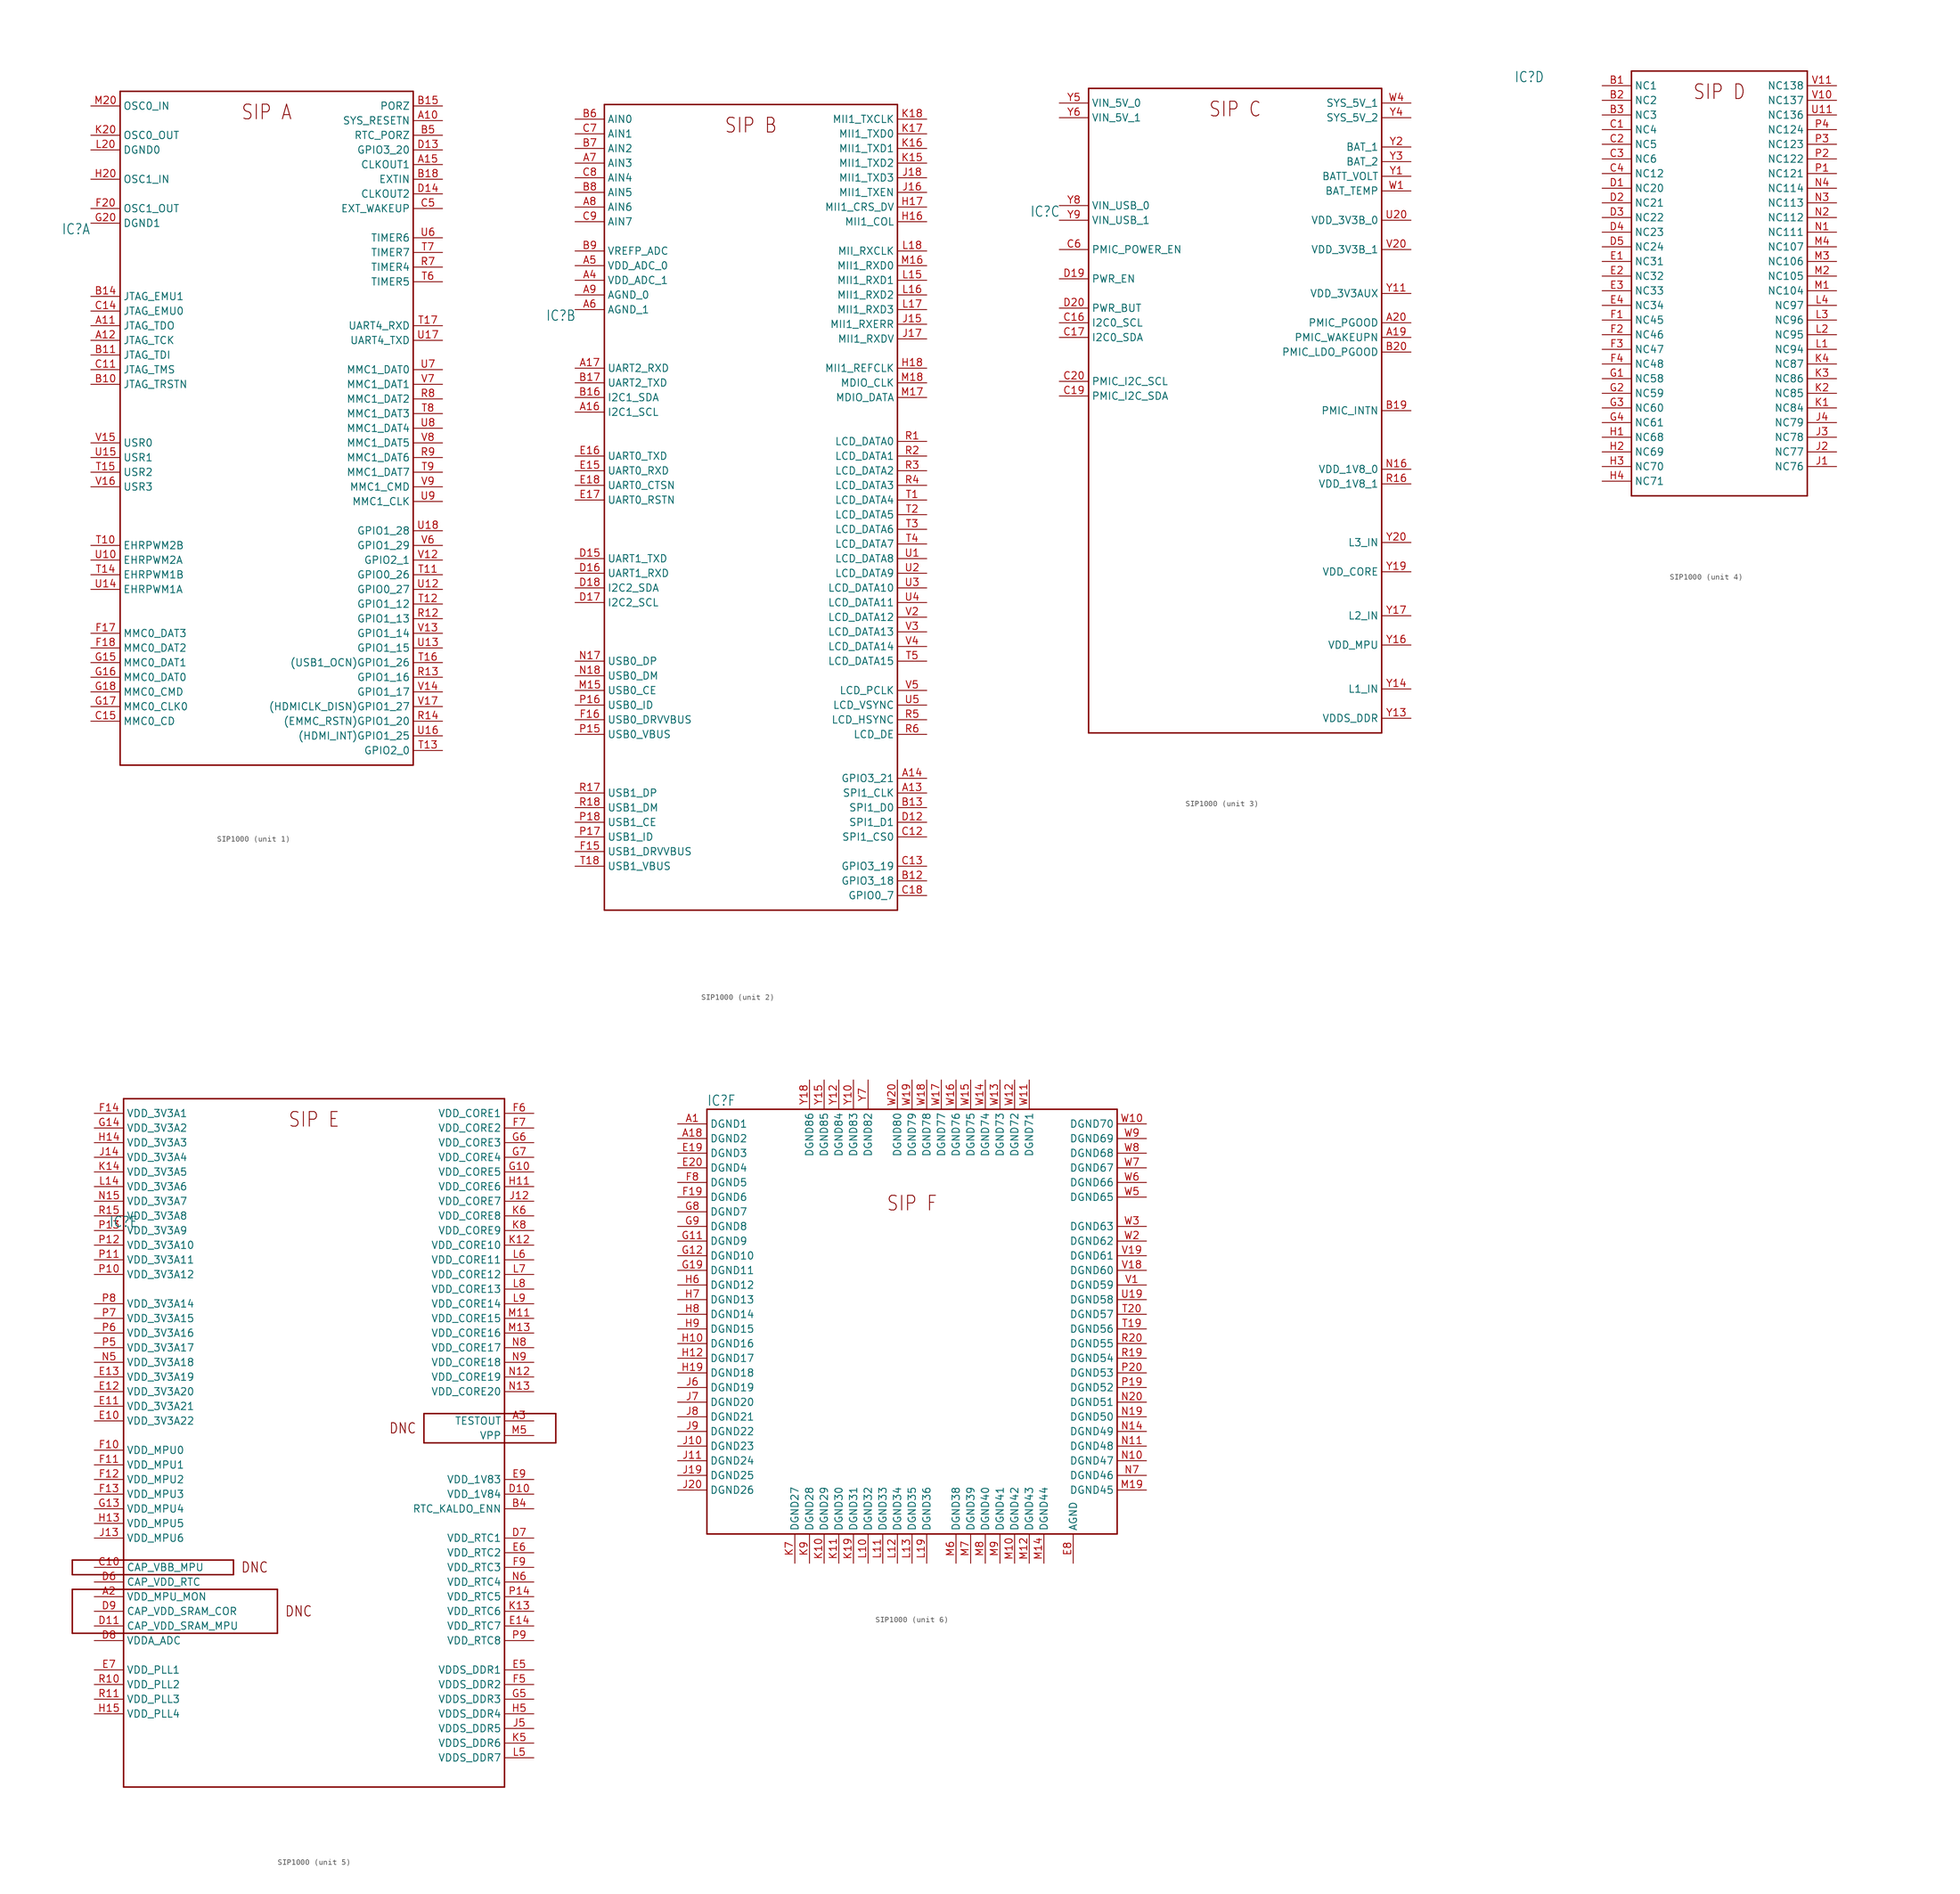
<source format=kicad_sym>
(kicad_symbol_lib
  (version 20231120)
  (generator "kicad_symbol_editor")
  (generator_version "8.0")
  (symbol "SIP1000"
    (property "Reference" "IC"
      (at -35.56 35.56 0)
      (effects (font (size 1.778 1.511)) (justify left top)))
    (property "Value" ""
      (at 30.48 -43.18 0)
      (effects (font (size 1.778 1.511)) (justify left bottom)))
    (property "ki_locked" ""
      (at 0 0 0)
      (effects (font (size 1.27 1.27))))
    (symbol "SIP1000_1_0"
      (polyline (pts (xy -25.4 -58.42) (xy -25.4 58.42)) (stroke (width 0.254) (type solid)) (fill (type none)))
      (polyline (pts (xy -25.4 58.42) (xy 25.4 58.42)) (stroke (width 0.254) (type solid)) (fill (type none)))
      (polyline (pts (xy 25.4 -58.42) (xy -25.4 -58.42)) (stroke (width 0.254) (type solid)) (fill (type none)))
      (polyline (pts (xy 25.4 58.42) (xy 25.4 -58.42)) (stroke (width 0.254) (type solid)) (fill (type none)))
      (text "SIP A" (at 0 53.34 0) (effects (font (size 2.54 2.159)) (justify bottom)))
      (pin bidirectional line (at 30.48 53.34 180) (length 5.08) (name "SYS_RESETN" (effects (font (size 1.27 1.27)))) (number "A10" (effects (font (size 1.27 1.27)))))
      (pin bidirectional line (at -30.48 17.78 0) (length 5.08) (name "JTAG_TDO" (effects (font (size 1.27 1.27)))) (number "A11" (effects (font (size 1.27 1.27)))))
      (pin bidirectional line (at -30.48 15.24 0) (length 5.08) (name "JTAG_TCK" (effects (font (size 1.27 1.27)))) (number "A12" (effects (font (size 1.27 1.27)))))
      (pin bidirectional line (at 30.48 45.72 180) (length 5.08) (name "CLKOUT1" (effects (font (size 1.27 1.27)))) (number "A15" (effects (font (size 1.27 1.27)))))
      (pin bidirectional line (at -30.48 7.62 0) (length 5.08) (name "JTAG_TRSTN" (effects (font (size 1.27 1.27)))) (number "B10" (effects (font (size 1.27 1.27)))))
      (pin bidirectional line (at -30.48 12.7 0) (length 5.08) (name "JTAG_TDI" (effects (font (size 1.27 1.27)))) (number "B11" (effects (font (size 1.27 1.27)))))
      (pin bidirectional line (at -30.48 22.86 0) (length 5.08) (name "JTAG_EMU1" (effects (font (size 1.27 1.27)))) (number "B14" (effects (font (size 1.27 1.27)))))
      (pin bidirectional line (at 30.48 55.88 180) (length 5.08) (name "PORZ" (effects (font (size 1.27 1.27)))) (number "B15" (effects (font (size 1.27 1.27)))))
      (pin bidirectional line (at 30.48 43.18 180) (length 5.08) (name "EXTIN" (effects (font (size 1.27 1.27)))) (number "B18" (effects (font (size 1.27 1.27)))))
      (pin bidirectional line (at 30.48 50.8 180) (length 5.08) (name "RTC_PORZ" (effects (font (size 1.27 1.27)))) (number "B5" (effects (font (size 1.27 1.27)))))
      (pin bidirectional line (at -30.48 10.16 0) (length 5.08) (name "JTAG_TMS" (effects (font (size 1.27 1.27)))) (number "C11" (effects (font (size 1.27 1.27)))))
      (pin bidirectional line (at -30.48 20.32 0) (length 5.08) (name "JTAG_EMU0" (effects (font (size 1.27 1.27)))) (number "C14" (effects (font (size 1.27 1.27)))))
      (pin bidirectional line (at -30.48 -50.8 0) (length 5.08) (name "MMC0_CD" (effects (font (size 1.27 1.27)))) (number "C15" (effects (font (size 1.27 1.27)))))
      (pin bidirectional line (at 30.48 38.1 180) (length 5.08) (name "EXT_WAKEUP" (effects (font (size 1.27 1.27)))) (number "C5" (effects (font (size 1.27 1.27)))))
      (pin bidirectional line (at 30.48 48.26 180) (length 5.08) (name "GPIO3_20" (effects (font (size 1.27 1.27)))) (number "D13" (effects (font (size 1.27 1.27)))))
      (pin bidirectional line (at 30.48 40.64 180) (length 5.08) (name "CLKOUT2" (effects (font (size 1.27 1.27)))) (number "D14" (effects (font (size 1.27 1.27)))))
      (pin bidirectional line (at -30.48 -35.56 0) (length 5.08) (name "MMC0_DAT3" (effects (font (size 1.27 1.27)))) (number "F17" (effects (font (size 1.27 1.27)))))
      (pin bidirectional line (at -30.48 -38.1 0) (length 5.08) (name "MMC0_DAT2" (effects (font (size 1.27 1.27)))) (number "F18" (effects (font (size 1.27 1.27)))))
      (pin bidirectional line (at -30.48 38.1 0) (length 5.08) (name "OSC1_OUT" (effects (font (size 1.27 1.27)))) (number "F20" (effects (font (size 1.27 1.27)))))
      (pin bidirectional line (at -30.48 -40.64 0) (length 5.08) (name "MMC0_DAT1" (effects (font (size 1.27 1.27)))) (number "G15" (effects (font (size 1.27 1.27)))))
      (pin bidirectional line (at -30.48 -43.18 0) (length 5.08) (name "MMC0_DAT0" (effects (font (size 1.27 1.27)))) (number "G16" (effects (font (size 1.27 1.27)))))
      (pin bidirectional line (at -30.48 -48.26 0) (length 5.08) (name "MMC0_CLK0" (effects (font (size 1.27 1.27)))) (number "G17" (effects (font (size 1.27 1.27)))))
      (pin bidirectional line (at -30.48 -45.72 0) (length 5.08) (name "MMC0_CMD" (effects (font (size 1.27 1.27)))) (number "G18" (effects (font (size 1.27 1.27)))))
      (pin bidirectional line (at -30.48 35.56 0) (length 5.08) (name "DGND1" (effects (font (size 1.27 1.27)))) (number "G20" (effects (font (size 1.27 1.27)))))
      (pin bidirectional line (at -30.48 43.18 0) (length 5.08) (name "OSC1_IN" (effects (font (size 1.27 1.27)))) (number "H20" (effects (font (size 1.27 1.27)))))
      (pin bidirectional line (at -30.48 50.8 0) (length 5.08) (name "OSC0_OUT" (effects (font (size 1.27 1.27)))) (number "K20" (effects (font (size 1.27 1.27)))))
      (pin bidirectional line (at -30.48 48.26 0) (length 5.08) (name "DGND0" (effects (font (size 1.27 1.27)))) (number "L20" (effects (font (size 1.27 1.27)))))
      (pin bidirectional line (at -30.48 55.88 0) (length 5.08) (name "OSC0_IN" (effects (font (size 1.27 1.27)))) (number "M20" (effects (font (size 1.27 1.27)))))
      (pin bidirectional line (at 30.48 -33.02 180) (length 5.08) (name "GPIO1_13" (effects (font (size 1.27 1.27)))) (number "R12" (effects (font (size 1.27 1.27)))))
      (pin bidirectional line (at 30.48 -43.18 180) (length 5.08) (name "GPIO1_16" (effects (font (size 1.27 1.27)))) (number "R13" (effects (font (size 1.27 1.27)))))
      (pin bidirectional line (at 30.48 -50.8 180) (length 5.08) (name "(EMMC_RSTN)GPIO1_20" (effects (font (size 1.27 1.27)))) (number "R14" (effects (font (size 1.27 1.27)))))
      (pin bidirectional line (at 30.48 27.94 180) (length 5.08) (name "TIMER4" (effects (font (size 1.27 1.27)))) (number "R7" (effects (font (size 1.27 1.27)))))
      (pin bidirectional line (at 30.48 5.08 180) (length 5.08) (name "MMC1_DAT2" (effects (font (size 1.27 1.27)))) (number "R8" (effects (font (size 1.27 1.27)))))
      (pin bidirectional line (at 30.48 -5.08 180) (length 5.08) (name "MMC1_DAT6" (effects (font (size 1.27 1.27)))) (number "R9" (effects (font (size 1.27 1.27)))))
      (pin bidirectional line (at -30.48 -20.32 0) (length 5.08) (name "EHRPWM2B" (effects (font (size 1.27 1.27)))) (number "T10" (effects (font (size 1.27 1.27)))))
      (pin bidirectional line (at 30.48 -25.4 180) (length 5.08) (name "GPIO0_26" (effects (font (size 1.27 1.27)))) (number "T11" (effects (font (size 1.27 1.27)))))
      (pin bidirectional line (at 30.48 -30.48 180) (length 5.08) (name "GPIO1_12" (effects (font (size 1.27 1.27)))) (number "T12" (effects (font (size 1.27 1.27)))))
      (pin bidirectional line (at 30.48 -55.88 180) (length 5.08) (name "GPIO2_0" (effects (font (size 1.27 1.27)))) (number "T13" (effects (font (size 1.27 1.27)))))
      (pin bidirectional line (at -30.48 -25.4 0) (length 5.08) (name "EHRPWM1B" (effects (font (size 1.27 1.27)))) (number "T14" (effects (font (size 1.27 1.27)))))
      (pin bidirectional line (at -30.48 -7.62 0) (length 5.08) (name "USR2" (effects (font (size 1.27 1.27)))) (number "T15" (effects (font (size 1.27 1.27)))))
      (pin bidirectional line (at 30.48 -40.64 180) (length 5.08) (name "(USB1_OCN)GPIO1_26" (effects (font (size 1.27 1.27)))) (number "T16" (effects (font (size 1.27 1.27)))))
      (pin bidirectional line (at 30.48 17.78 180) (length 5.08) (name "UART4_RXD" (effects (font (size 1.27 1.27)))) (number "T17" (effects (font (size 1.27 1.27)))))
      (pin bidirectional line (at 30.48 25.4 180) (length 5.08) (name "TIMER5" (effects (font (size 1.27 1.27)))) (number "T6" (effects (font (size 1.27 1.27)))))
      (pin bidirectional line (at 30.48 30.48 180) (length 5.08) (name "TIMER7" (effects (font (size 1.27 1.27)))) (number "T7" (effects (font (size 1.27 1.27)))))
      (pin bidirectional line (at 30.48 2.54 180) (length 5.08) (name "MMC1_DAT3" (effects (font (size 1.27 1.27)))) (number "T8" (effects (font (size 1.27 1.27)))))
      (pin bidirectional line (at 30.48 -7.62 180) (length 5.08) (name "MMC1_DAT7" (effects (font (size 1.27 1.27)))) (number "T9" (effects (font (size 1.27 1.27)))))
      (pin bidirectional line (at -30.48 -22.86 0) (length 5.08) (name "EHRPWM2A" (effects (font (size 1.27 1.27)))) (number "U10" (effects (font (size 1.27 1.27)))))
      (pin bidirectional line (at 30.48 -27.94 180) (length 5.08) (name "GPIO0_27" (effects (font (size 1.27 1.27)))) (number "U12" (effects (font (size 1.27 1.27)))))
      (pin bidirectional line (at 30.48 -38.1 180) (length 5.08) (name "GPIO1_15" (effects (font (size 1.27 1.27)))) (number "U13" (effects (font (size 1.27 1.27)))))
      (pin bidirectional line (at -30.48 -27.94 0) (length 5.08) (name "EHRPWM1A" (effects (font (size 1.27 1.27)))) (number "U14" (effects (font (size 1.27 1.27)))))
      (pin bidirectional line (at -30.48 -5.08 0) (length 5.08) (name "USR1" (effects (font (size 1.27 1.27)))) (number "U15" (effects (font (size 1.27 1.27)))))
      (pin bidirectional line (at 30.48 -53.34 180) (length 5.08) (name "(HDMI_INT)GPIO1_25" (effects (font (size 1.27 1.27)))) (number "U16" (effects (font (size 1.27 1.27)))))
      (pin bidirectional line (at 30.48 15.24 180) (length 5.08) (name "UART4_TXD" (effects (font (size 1.27 1.27)))) (number "U17" (effects (font (size 1.27 1.27)))))
      (pin bidirectional line (at 30.48 -17.78 180) (length 5.08) (name "GPIO1_28" (effects (font (size 1.27 1.27)))) (number "U18" (effects (font (size 1.27 1.27)))))
      (pin bidirectional line (at 30.48 33.02 180) (length 5.08) (name "TIMER6" (effects (font (size 1.27 1.27)))) (number "U6" (effects (font (size 1.27 1.27)))))
      (pin bidirectional line (at 30.48 10.16 180) (length 5.08) (name "MMC1_DAT0" (effects (font (size 1.27 1.27)))) (number "U7" (effects (font (size 1.27 1.27)))))
      (pin bidirectional line (at 30.48 0 180) (length 5.08) (name "MMC1_DAT4" (effects (font (size 1.27 1.27)))) (number "U8" (effects (font (size 1.27 1.27)))))
      (pin bidirectional line (at 30.48 -12.7 180) (length 5.08) (name "MMC1_CLK" (effects (font (size 1.27 1.27)))) (number "U9" (effects (font (size 1.27 1.27)))))
      (pin bidirectional line (at 30.48 -22.86 180) (length 5.08) (name "GPIO2_1" (effects (font (size 1.27 1.27)))) (number "V12" (effects (font (size 1.27 1.27)))))
      (pin bidirectional line (at 30.48 -35.56 180) (length 5.08) (name "GPIO1_14" (effects (font (size 1.27 1.27)))) (number "V13" (effects (font (size 1.27 1.27)))))
      (pin bidirectional line (at 30.48 -45.72 180) (length 5.08) (name "GPIO1_17" (effects (font (size 1.27 1.27)))) (number "V14" (effects (font (size 1.27 1.27)))))
      (pin bidirectional line (at -30.48 -2.54 0) (length 5.08) (name "USR0" (effects (font (size 1.27 1.27)))) (number "V15" (effects (font (size 1.27 1.27)))))
      (pin bidirectional line (at -30.48 -10.16 0) (length 5.08) (name "USR3" (effects (font (size 1.27 1.27)))) (number "V16" (effects (font (size 1.27 1.27)))))
      (pin bidirectional line (at 30.48 -48.26 180) (length 5.08) (name "(HDMICLK_DISN)GPIO1_27" (effects (font (size 1.27 1.27)))) (number "V17" (effects (font (size 1.27 1.27)))))
      (pin bidirectional line (at 30.48 -20.32 180) (length 5.08) (name "GPIO1_29" (effects (font (size 1.27 1.27)))) (number "V6" (effects (font (size 1.27 1.27)))))
      (pin bidirectional line (at 30.48 7.62 180) (length 5.08) (name "MMC1_DAT1" (effects (font (size 1.27 1.27)))) (number "V7" (effects (font (size 1.27 1.27)))))
      (pin bidirectional line (at 30.48 -2.54 180) (length 5.08) (name "MMC1_DAT5" (effects (font (size 1.27 1.27)))) (number "V8" (effects (font (size 1.27 1.27)))))
      (pin bidirectional line (at 30.48 -10.16 180) (length 5.08) (name "MMC1_CMD" (effects (font (size 1.27 1.27)))) (number "V9" (effects (font (size 1.27 1.27))))))
    (symbol "SIP1000_2_0"
      (polyline (pts (xy -25.4 -68.58) (xy -25.4 71.12)) (stroke (width 0.254) (type solid)) (fill (type none)))
      (polyline (pts (xy -25.4 71.12) (xy 25.4 71.12)) (stroke (width 0.254) (type solid)) (fill (type none)))
      (polyline (pts (xy 25.4 -68.58) (xy -25.4 -68.58)) (stroke (width 0.254) (type solid)) (fill (type none)))
      (polyline (pts (xy 25.4 71.12) (xy 25.4 -68.58)) (stroke (width 0.254) (type solid)) (fill (type none)))
      (text "SIP B" (at 0 66.04 0) (effects (font (size 2.54 2.159)) (justify bottom)))
      (pin bidirectional line (at 30.48 -48.26 180) (length 5.08) (name "SPI1_CLK" (effects (font (size 1.27 1.27)))) (number "A13" (effects (font (size 1.27 1.27)))))
      (pin bidirectional line (at 30.48 -45.72 180) (length 5.08) (name "GPIO3_21" (effects (font (size 1.27 1.27)))) (number "A14" (effects (font (size 1.27 1.27)))))
      (pin bidirectional line (at -30.48 17.78 0) (length 5.08) (name "I2C1_SCL" (effects (font (size 1.27 1.27)))) (number "A16" (effects (font (size 1.27 1.27)))))
      (pin bidirectional line (at -30.48 25.4 0) (length 5.08) (name "UART2_RXD" (effects (font (size 1.27 1.27)))) (number "A17" (effects (font (size 1.27 1.27)))))
      (pin bidirectional line (at -30.48 40.64 0) (length 5.08) (name "VDD_ADC_1" (effects (font (size 1.27 1.27)))) (number "A4" (effects (font (size 1.27 1.27)))))
      (pin bidirectional line (at -30.48 43.18 0) (length 5.08) (name "VDD_ADC_0" (effects (font (size 1.27 1.27)))) (number "A5" (effects (font (size 1.27 1.27)))))
      (pin bidirectional line (at -30.48 35.56 0) (length 5.08) (name "AGND_1" (effects (font (size 1.27 1.27)))) (number "A6" (effects (font (size 1.27 1.27)))))
      (pin bidirectional line (at -30.48 60.96 0) (length 5.08) (name "AIN3" (effects (font (size 1.27 1.27)))) (number "A7" (effects (font (size 1.27 1.27)))))
      (pin bidirectional line (at -30.48 53.34 0) (length 5.08) (name "AIN6" (effects (font (size 1.27 1.27)))) (number "A8" (effects (font (size 1.27 1.27)))))
      (pin bidirectional line (at -30.48 38.1 0) (length 5.08) (name "AGND_0" (effects (font (size 1.27 1.27)))) (number "A9" (effects (font (size 1.27 1.27)))))
      (pin bidirectional line (at 30.48 -63.5 180) (length 5.08) (name "GPIO3_18" (effects (font (size 1.27 1.27)))) (number "B12" (effects (font (size 1.27 1.27)))))
      (pin bidirectional line (at 30.48 -50.8 180) (length 5.08) (name "SPI1_D0" (effects (font (size 1.27 1.27)))) (number "B13" (effects (font (size 1.27 1.27)))))
      (pin bidirectional line (at -30.48 20.32 0) (length 5.08) (name "I2C1_SDA" (effects (font (size 1.27 1.27)))) (number "B16" (effects (font (size 1.27 1.27)))))
      (pin bidirectional line (at -30.48 22.86 0) (length 5.08) (name "UART2_TXD" (effects (font (size 1.27 1.27)))) (number "B17" (effects (font (size 1.27 1.27)))))
      (pin bidirectional line (at -30.48 68.58 0) (length 5.08) (name "AIN0" (effects (font (size 1.27 1.27)))) (number "B6" (effects (font (size 1.27 1.27)))))
      (pin bidirectional line (at -30.48 63.5 0) (length 5.08) (name "AIN2" (effects (font (size 1.27 1.27)))) (number "B7" (effects (font (size 1.27 1.27)))))
      (pin bidirectional line (at -30.48 55.88 0) (length 5.08) (name "AIN5" (effects (font (size 1.27 1.27)))) (number "B8" (effects (font (size 1.27 1.27)))))
      (pin bidirectional line (at -30.48 45.72 0) (length 5.08) (name "VREFP_ADC" (effects (font (size 1.27 1.27)))) (number "B9" (effects (font (size 1.27 1.27)))))
      (pin bidirectional line (at 30.48 -55.88 180) (length 5.08) (name "SPI1_CS0" (effects (font (size 1.27 1.27)))) (number "C12" (effects (font (size 1.27 1.27)))))
      (pin bidirectional line (at 30.48 -60.96 180) (length 5.08) (name "GPIO3_19" (effects (font (size 1.27 1.27)))) (number "C13" (effects (font (size 1.27 1.27)))))
      (pin bidirectional line (at 30.48 -66.04 180) (length 5.08) (name "GPIO0_7" (effects (font (size 1.27 1.27)))) (number "C18" (effects (font (size 1.27 1.27)))))
      (pin bidirectional line (at -30.48 66.04 0) (length 5.08) (name "AIN1" (effects (font (size 1.27 1.27)))) (number "C7" (effects (font (size 1.27 1.27)))))
      (pin bidirectional line (at -30.48 58.42 0) (length 5.08) (name "AIN4" (effects (font (size 1.27 1.27)))) (number "C8" (effects (font (size 1.27 1.27)))))
      (pin bidirectional line (at -30.48 50.8 0) (length 5.08) (name "AIN7" (effects (font (size 1.27 1.27)))) (number "C9" (effects (font (size 1.27 1.27)))))
      (pin bidirectional line (at 30.48 -53.34 180) (length 5.08) (name "SPI1_D1" (effects (font (size 1.27 1.27)))) (number "D12" (effects (font (size 1.27 1.27)))))
      (pin bidirectional line (at -30.48 -7.62 0) (length 5.08) (name "UART1_TXD" (effects (font (size 1.27 1.27)))) (number "D15" (effects (font (size 1.27 1.27)))))
      (pin bidirectional line (at -30.48 -10.16 0) (length 5.08) (name "UART1_RXD" (effects (font (size 1.27 1.27)))) (number "D16" (effects (font (size 1.27 1.27)))))
      (pin bidirectional line (at -30.48 -15.24 0) (length 5.08) (name "I2C2_SCL" (effects (font (size 1.27 1.27)))) (number "D17" (effects (font (size 1.27 1.27)))))
      (pin bidirectional line (at -30.48 -12.7 0) (length 5.08) (name "I2C2_SDA" (effects (font (size 1.27 1.27)))) (number "D18" (effects (font (size 1.27 1.27)))))
      (pin bidirectional line (at -30.48 7.62 0) (length 5.08) (name "UART0_RXD" (effects (font (size 1.27 1.27)))) (number "E15" (effects (font (size 1.27 1.27)))))
      (pin bidirectional line (at -30.48 10.16 0) (length 5.08) (name "UART0_TXD" (effects (font (size 1.27 1.27)))) (number "E16" (effects (font (size 1.27 1.27)))))
      (pin bidirectional line (at -30.48 2.54 0) (length 5.08) (name "UART0_RSTN" (effects (font (size 1.27 1.27)))) (number "E17" (effects (font (size 1.27 1.27)))))
      (pin bidirectional line (at -30.48 5.08 0) (length 5.08) (name "UART0_CTSN" (effects (font (size 1.27 1.27)))) (number "E18" (effects (font (size 1.27 1.27)))))
      (pin bidirectional line (at -30.48 -58.42 0) (length 5.08) (name "USB1_DRVVBUS" (effects (font (size 1.27 1.27)))) (number "F15" (effects (font (size 1.27 1.27)))))
      (pin bidirectional line (at -30.48 -35.56 0) (length 5.08) (name "USB0_DRVVBUS" (effects (font (size 1.27 1.27)))) (number "F16" (effects (font (size 1.27 1.27)))))
      (pin bidirectional line (at 30.48 50.8 180) (length 5.08) (name "MII1_COL" (effects (font (size 1.27 1.27)))) (number "H16" (effects (font (size 1.27 1.27)))))
      (pin bidirectional line (at 30.48 53.34 180) (length 5.08) (name "MII1_CRS_DV" (effects (font (size 1.27 1.27)))) (number "H17" (effects (font (size 1.27 1.27)))))
      (pin bidirectional line (at 30.48 25.4 180) (length 5.08) (name "MII1_REFCLK" (effects (font (size 1.27 1.27)))) (number "H18" (effects (font (size 1.27 1.27)))))
      (pin bidirectional line (at 30.48 33.02 180) (length 5.08) (name "MII1_RXERR" (effects (font (size 1.27 1.27)))) (number "J15" (effects (font (size 1.27 1.27)))))
      (pin bidirectional line (at 30.48 55.88 180) (length 5.08) (name "MII1_TXEN" (effects (font (size 1.27 1.27)))) (number "J16" (effects (font (size 1.27 1.27)))))
      (pin bidirectional line (at 30.48 30.48 180) (length 5.08) (name "MII1_RXDV" (effects (font (size 1.27 1.27)))) (number "J17" (effects (font (size 1.27 1.27)))))
      (pin bidirectional line (at 30.48 58.42 180) (length 5.08) (name "MII1_TXD3" (effects (font (size 1.27 1.27)))) (number "J18" (effects (font (size 1.27 1.27)))))
      (pin bidirectional line (at 30.48 60.96 180) (length 5.08) (name "MII1_TXD2" (effects (font (size 1.27 1.27)))) (number "K15" (effects (font (size 1.27 1.27)))))
      (pin bidirectional line (at 30.48 63.5 180) (length 5.08) (name "MII1_TXD1" (effects (font (size 1.27 1.27)))) (number "K16" (effects (font (size 1.27 1.27)))))
      (pin bidirectional line (at 30.48 66.04 180) (length 5.08) (name "MII1_TXD0" (effects (font (size 1.27 1.27)))) (number "K17" (effects (font (size 1.27 1.27)))))
      (pin bidirectional line (at 30.48 68.58 180) (length 5.08) (name "MII1_TXCLK" (effects (font (size 1.27 1.27)))) (number "K18" (effects (font (size 1.27 1.27)))))
      (pin bidirectional line (at 30.48 40.64 180) (length 5.08) (name "MII1_RXD1" (effects (font (size 1.27 1.27)))) (number "L15" (effects (font (size 1.27 1.27)))))
      (pin bidirectional line (at 30.48 38.1 180) (length 5.08) (name "MII1_RXD2" (effects (font (size 1.27 1.27)))) (number "L16" (effects (font (size 1.27 1.27)))))
      (pin bidirectional line (at 30.48 35.56 180) (length 5.08) (name "MII1_RXD3" (effects (font (size 1.27 1.27)))) (number "L17" (effects (font (size 1.27 1.27)))))
      (pin bidirectional line (at 30.48 45.72 180) (length 5.08) (name "MII_RXCLK" (effects (font (size 1.27 1.27)))) (number "L18" (effects (font (size 1.27 1.27)))))
      (pin bidirectional line (at -30.48 -30.48 0) (length 5.08) (name "USB0_CE" (effects (font (size 1.27 1.27)))) (number "M15" (effects (font (size 1.27 1.27)))))
      (pin bidirectional line (at 30.48 43.18 180) (length 5.08) (name "MII1_RXD0" (effects (font (size 1.27 1.27)))) (number "M16" (effects (font (size 1.27 1.27)))))
      (pin bidirectional line (at 30.48 20.32 180) (length 5.08) (name "MDIO_DATA" (effects (font (size 1.27 1.27)))) (number "M17" (effects (font (size 1.27 1.27)))))
      (pin bidirectional line (at 30.48 22.86 180) (length 5.08) (name "MDIO_CLK" (effects (font (size 1.27 1.27)))) (number "M18" (effects (font (size 1.27 1.27)))))
      (pin bidirectional line (at -30.48 -25.4 0) (length 5.08) (name "USB0_DP" (effects (font (size 1.27 1.27)))) (number "N17" (effects (font (size 1.27 1.27)))))
      (pin bidirectional line (at -30.48 -27.94 0) (length 5.08) (name "USB0_DM" (effects (font (size 1.27 1.27)))) (number "N18" (effects (font (size 1.27 1.27)))))
      (pin bidirectional line (at -30.48 -38.1 0) (length 5.08) (name "USB0_VBUS" (effects (font (size 1.27 1.27)))) (number "P15" (effects (font (size 1.27 1.27)))))
      (pin bidirectional line (at -30.48 -33.02 0) (length 5.08) (name "USB0_ID" (effects (font (size 1.27 1.27)))) (number "P16" (effects (font (size 1.27 1.27)))))
      (pin bidirectional line (at -30.48 -55.88 0) (length 5.08) (name "USB1_ID" (effects (font (size 1.27 1.27)))) (number "P17" (effects (font (size 1.27 1.27)))))
      (pin bidirectional line (at -30.48 -53.34 0) (length 5.08) (name "USB1_CE" (effects (font (size 1.27 1.27)))) (number "P18" (effects (font (size 1.27 1.27)))))
      (pin bidirectional line (at 30.48 12.7 180) (length 5.08) (name "LCD_DATA0" (effects (font (size 1.27 1.27)))) (number "R1" (effects (font (size 1.27 1.27)))))
      (pin bidirectional line (at -30.48 -48.26 0) (length 5.08) (name "USB1_DP" (effects (font (size 1.27 1.27)))) (number "R17" (effects (font (size 1.27 1.27)))))
      (pin bidirectional line (at -30.48 -50.8 0) (length 5.08) (name "USB1_DM" (effects (font (size 1.27 1.27)))) (number "R18" (effects (font (size 1.27 1.27)))))
      (pin bidirectional line (at 30.48 10.16 180) (length 5.08) (name "LCD_DATA1" (effects (font (size 1.27 1.27)))) (number "R2" (effects (font (size 1.27 1.27)))))
      (pin bidirectional line (at 30.48 7.62 180) (length 5.08) (name "LCD_DATA2" (effects (font (size 1.27 1.27)))) (number "R3" (effects (font (size 1.27 1.27)))))
      (pin bidirectional line (at 30.48 5.08 180) (length 5.08) (name "LCD_DATA3" (effects (font (size 1.27 1.27)))) (number "R4" (effects (font (size 1.27 1.27)))))
      (pin bidirectional line (at 30.48 -35.56 180) (length 5.08) (name "LCD_HSYNC" (effects (font (size 1.27 1.27)))) (number "R5" (effects (font (size 1.27 1.27)))))
      (pin bidirectional line (at 30.48 -38.1 180) (length 5.08) (name "LCD_DE" (effects (font (size 1.27 1.27)))) (number "R6" (effects (font (size 1.27 1.27)))))
      (pin bidirectional line (at 30.48 2.54 180) (length 5.08) (name "LCD_DATA4" (effects (font (size 1.27 1.27)))) (number "T1" (effects (font (size 1.27 1.27)))))
      (pin bidirectional line (at -30.48 -60.96 0) (length 5.08) (name "USB1_VBUS" (effects (font (size 1.27 1.27)))) (number "T18" (effects (font (size 1.27 1.27)))))
      (pin bidirectional line (at 30.48 0 180) (length 5.08) (name "LCD_DATA5" (effects (font (size 1.27 1.27)))) (number "T2" (effects (font (size 1.27 1.27)))))
      (pin bidirectional line (at 30.48 -2.54 180) (length 5.08) (name "LCD_DATA6" (effects (font (size 1.27 1.27)))) (number "T3" (effects (font (size 1.27 1.27)))))
      (pin bidirectional line (at 30.48 -5.08 180) (length 5.08) (name "LCD_DATA7" (effects (font (size 1.27 1.27)))) (number "T4" (effects (font (size 1.27 1.27)))))
      (pin bidirectional line (at 30.48 -25.4 180) (length 5.08) (name "LCD_DATA15" (effects (font (size 1.27 1.27)))) (number "T5" (effects (font (size 1.27 1.27)))))
      (pin bidirectional line (at 30.48 -7.62 180) (length 5.08) (name "LCD_DATA8" (effects (font (size 1.27 1.27)))) (number "U1" (effects (font (size 1.27 1.27)))))
      (pin bidirectional line (at 30.48 -10.16 180) (length 5.08) (name "LCD_DATA9" (effects (font (size 1.27 1.27)))) (number "U2" (effects (font (size 1.27 1.27)))))
      (pin bidirectional line (at 30.48 -12.7 180) (length 5.08) (name "LCD_DATA10" (effects (font (size 1.27 1.27)))) (number "U3" (effects (font (size 1.27 1.27)))))
      (pin bidirectional line (at 30.48 -15.24 180) (length 5.08) (name "LCD_DATA11" (effects (font (size 1.27 1.27)))) (number "U4" (effects (font (size 1.27 1.27)))))
      (pin bidirectional line (at 30.48 -33.02 180) (length 5.08) (name "LCD_VSYNC" (effects (font (size 1.27 1.27)))) (number "U5" (effects (font (size 1.27 1.27)))))
      (pin bidirectional line (at 30.48 -17.78 180) (length 5.08) (name "LCD_DATA12" (effects (font (size 1.27 1.27)))) (number "V2" (effects (font (size 1.27 1.27)))))
      (pin bidirectional line (at 30.48 -20.32 180) (length 5.08) (name "LCD_DATA13" (effects (font (size 1.27 1.27)))) (number "V3" (effects (font (size 1.27 1.27)))))
      (pin bidirectional line (at 30.48 -22.86 180) (length 5.08) (name "LCD_DATA14" (effects (font (size 1.27 1.27)))) (number "V4" (effects (font (size 1.27 1.27)))))
      (pin bidirectional line (at 30.48 -30.48 180) (length 5.08) (name "LCD_PCLK" (effects (font (size 1.27 1.27)))) (number "V5" (effects (font (size 1.27 1.27))))))
    (symbol "SIP1000_3_0"
      (polyline (pts (xy -25.4 -55.88) (xy -25.4 55.88)) (stroke (width 0.254) (type solid)) (fill (type none)))
      (polyline (pts (xy -25.4 55.88) (xy 25.4 55.88)) (stroke (width 0.254) (type solid)) (fill (type none)))
      (polyline (pts (xy 25.4 -55.88) (xy -25.4 -55.88)) (stroke (width 0.254) (type solid)) (fill (type none)))
      (polyline (pts (xy 25.4 55.88) (xy 25.4 -55.88)) (stroke (width 0.254) (type solid)) (fill (type none)))
      (text "SIP C" (at 0 50.8 0) (effects (font (size 2.54 2.159)) (justify bottom)))
      (pin bidirectional line (at 30.48 12.7 180) (length 5.08) (name "PMIC_WAKEUPN" (effects (font (size 1.27 1.27)))) (number "A19" (effects (font (size 1.27 1.27)))))
      (pin bidirectional line (at 30.48 15.24 180) (length 5.08) (name "PMIC_PGOOD" (effects (font (size 1.27 1.27)))) (number "A20" (effects (font (size 1.27 1.27)))))
      (pin bidirectional line (at 30.48 0 180) (length 5.08) (name "PMIC_INTN" (effects (font (size 1.27 1.27)))) (number "B19" (effects (font (size 1.27 1.27)))))
      (pin bidirectional line (at 30.48 10.16 180) (length 5.08) (name "PMIC_LDO_PGOOD" (effects (font (size 1.27 1.27)))) (number "B20" (effects (font (size 1.27 1.27)))))
      (pin bidirectional line (at -30.48 15.24 0) (length 5.08) (name "I2C0_SCL" (effects (font (size 1.27 1.27)))) (number "C16" (effects (font (size 1.27 1.27)))))
      (pin bidirectional line (at -30.48 12.7 0) (length 5.08) (name "I2C0_SDA" (effects (font (size 1.27 1.27)))) (number "C17" (effects (font (size 1.27 1.27)))))
      (pin bidirectional line (at -30.48 2.54 0) (length 5.08) (name "PMIC_I2C_SDA" (effects (font (size 1.27 1.27)))) (number "C19" (effects (font (size 1.27 1.27)))))
      (pin bidirectional line (at -30.48 5.08 0) (length 5.08) (name "PMIC_I2C_SCL" (effects (font (size 1.27 1.27)))) (number "C20" (effects (font (size 1.27 1.27)))))
      (pin bidirectional line (at -30.48 27.94 0) (length 5.08) (name "PMIC_POWER_EN" (effects (font (size 1.27 1.27)))) (number "C6" (effects (font (size 1.27 1.27)))))
      (pin bidirectional line (at -30.48 22.86 0) (length 5.08) (name "PWR_EN" (effects (font (size 1.27 1.27)))) (number "D19" (effects (font (size 1.27 1.27)))))
      (pin bidirectional line (at -30.48 17.78 0) (length 5.08) (name "PWR_BUT" (effects (font (size 1.27 1.27)))) (number "D20" (effects (font (size 1.27 1.27)))))
      (pin bidirectional line (at 30.48 -10.16 180) (length 5.08) (name "VDD_1V8_0" (effects (font (size 1.27 1.27)))) (number "N16" (effects (font (size 1.27 1.27)))))
      (pin bidirectional line (at 30.48 -12.7 180) (length 5.08) (name "VDD_1V8_1" (effects (font (size 1.27 1.27)))) (number "R16" (effects (font (size 1.27 1.27)))))
      (pin bidirectional line (at 30.48 33.02 180) (length 5.08) (name "VDD_3V3B_0" (effects (font (size 1.27 1.27)))) (number "U20" (effects (font (size 1.27 1.27)))))
      (pin bidirectional line (at 30.48 27.94 180) (length 5.08) (name "VDD_3V3B_1" (effects (font (size 1.27 1.27)))) (number "V20" (effects (font (size 1.27 1.27)))))
      (pin bidirectional line (at 30.48 38.1 180) (length 5.08) (name "BAT_TEMP" (effects (font (size 1.27 1.27)))) (number "W1" (effects (font (size 1.27 1.27)))))
      (pin bidirectional line (at 30.48 53.34 180) (length 5.08) (name "SYS_5V_1" (effects (font (size 1.27 1.27)))) (number "W4" (effects (font (size 1.27 1.27)))))
      (pin bidirectional line (at 30.48 40.64 180) (length 5.08) (name "BATT_VOLT" (effects (font (size 1.27 1.27)))) (number "Y1" (effects (font (size 1.27 1.27)))))
      (pin bidirectional line (at 30.48 20.32 180) (length 5.08) (name "VDD_3V3AUX" (effects (font (size 1.27 1.27)))) (number "Y11" (effects (font (size 1.27 1.27)))))
      (pin bidirectional line (at 30.48 -53.34 180) (length 5.08) (name "VDDS_DDR" (effects (font (size 1.27 1.27)))) (number "Y13" (effects (font (size 1.27 1.27)))))
      (pin bidirectional line (at 30.48 -48.26 180) (length 5.08) (name "L1_IN" (effects (font (size 1.27 1.27)))) (number "Y14" (effects (font (size 1.27 1.27)))))
      (pin bidirectional line (at 30.48 -40.64 180) (length 5.08) (name "VDD_MPU" (effects (font (size 1.27 1.27)))) (number "Y16" (effects (font (size 1.27 1.27)))))
      (pin bidirectional line (at 30.48 -35.56 180) (length 5.08) (name "L2_IN" (effects (font (size 1.27 1.27)))) (number "Y17" (effects (font (size 1.27 1.27)))))
      (pin bidirectional line (at 30.48 -27.94 180) (length 5.08) (name "VDD_CORE" (effects (font (size 1.27 1.27)))) (number "Y19" (effects (font (size 1.27 1.27)))))
      (pin bidirectional line (at 30.48 45.72 180) (length 5.08) (name "BAT_1" (effects (font (size 1.27 1.27)))) (number "Y2" (effects (font (size 1.27 1.27)))))
      (pin bidirectional line (at 30.48 -22.86 180) (length 5.08) (name "L3_IN" (effects (font (size 1.27 1.27)))) (number "Y20" (effects (font (size 1.27 1.27)))))
      (pin bidirectional line (at 30.48 43.18 180) (length 5.08) (name "BAT_2" (effects (font (size 1.27 1.27)))) (number "Y3" (effects (font (size 1.27 1.27)))))
      (pin bidirectional line (at 30.48 50.8 180) (length 5.08) (name "SYS_5V_2" (effects (font (size 1.27 1.27)))) (number "Y4" (effects (font (size 1.27 1.27)))))
      (pin bidirectional line (at -30.48 53.34 0) (length 5.08) (name "VIN_5V_0" (effects (font (size 1.27 1.27)))) (number "Y5" (effects (font (size 1.27 1.27)))))
      (pin bidirectional line (at -30.48 50.8 0) (length 5.08) (name "VIN_5V_1" (effects (font (size 1.27 1.27)))) (number "Y6" (effects (font (size 1.27 1.27)))))
      (pin bidirectional line (at -30.48 35.56 0) (length 5.08) (name "VIN_USB_0" (effects (font (size 1.27 1.27)))) (number "Y8" (effects (font (size 1.27 1.27)))))
      (pin bidirectional line (at -30.48 33.02 0) (length 5.08) (name "VIN_USB_1" (effects (font (size 1.27 1.27)))) (number "Y9" (effects (font (size 1.27 1.27))))))
    (symbol "SIP1000_4_0"
      (polyline (pts (xy -15.24 -38.1) (xy -15.24 35.56)) (stroke (width 0.254) (type solid)) (fill (type none)))
      (polyline (pts (xy -15.24 35.56) (xy 15.24 35.56)) (stroke (width 0.254) (type solid)) (fill (type none)))
      (polyline (pts (xy 15.24 -38.1) (xy -15.24 -38.1)) (stroke (width 0.254) (type solid)) (fill (type none)))
      (polyline (pts (xy 15.24 35.56) (xy 15.24 -38.1)) (stroke (width 0.254) (type solid)) (fill (type none)))
      (text "SIP D" (at 0 30.48 0) (effects (font (size 2.54 2.159)) (justify bottom)))
      (pin bidirectional line (at -20.32 33.02 0) (length 5.08) (name "NC1" (effects (font (size 1.27 1.27)))) (number "B1" (effects (font (size 1.27 1.27)))))
      (pin bidirectional line (at -20.32 30.48 0) (length 5.08) (name "NC2" (effects (font (size 1.27 1.27)))) (number "B2" (effects (font (size 1.27 1.27)))))
      (pin bidirectional line (at -20.32 27.94 0) (length 5.08) (name "NC3" (effects (font (size 1.27 1.27)))) (number "B3" (effects (font (size 1.27 1.27)))))
      (pin bidirectional line (at -20.32 25.4 0) (length 5.08) (name "NC4" (effects (font (size 1.27 1.27)))) (number "C1" (effects (font (size 1.27 1.27)))))
      (pin bidirectional line (at -20.32 22.86 0) (length 5.08) (name "NC5" (effects (font (size 1.27 1.27)))) (number "C2" (effects (font (size 1.27 1.27)))))
      (pin bidirectional line (at -20.32 20.32 0) (length 5.08) (name "NC6" (effects (font (size 1.27 1.27)))) (number "C3" (effects (font (size 1.27 1.27)))))
      (pin bidirectional line (at -20.32 17.78 0) (length 5.08) (name "NC12" (effects (font (size 1.27 1.27)))) (number "C4" (effects (font (size 1.27 1.27)))))
      (pin bidirectional line (at -20.32 15.24 0) (length 5.08) (name "NC20" (effects (font (size 1.27 1.27)))) (number "D1" (effects (font (size 1.27 1.27)))))
      (pin bidirectional line (at -20.32 12.7 0) (length 5.08) (name "NC21" (effects (font (size 1.27 1.27)))) (number "D2" (effects (font (size 1.27 1.27)))))
      (pin bidirectional line (at -20.32 10.16 0) (length 5.08) (name "NC22" (effects (font (size 1.27 1.27)))) (number "D3" (effects (font (size 1.27 1.27)))))
      (pin bidirectional line (at -20.32 7.62 0) (length 5.08) (name "NC23" (effects (font (size 1.27 1.27)))) (number "D4" (effects (font (size 1.27 1.27)))))
      (pin bidirectional line (at -20.32 5.08 0) (length 5.08) (name "NC24" (effects (font (size 1.27 1.27)))) (number "D5" (effects (font (size 1.27 1.27)))))
      (pin bidirectional line (at -20.32 2.54 0) (length 5.08) (name "NC31" (effects (font (size 1.27 1.27)))) (number "E1" (effects (font (size 1.27 1.27)))))
      (pin bidirectional line (at -20.32 0 0) (length 5.08) (name "NC32" (effects (font (size 1.27 1.27)))) (number "E2" (effects (font (size 1.27 1.27)))))
      (pin bidirectional line (at -20.32 -2.54 0) (length 5.08) (name "NC33" (effects (font (size 1.27 1.27)))) (number "E3" (effects (font (size 1.27 1.27)))))
      (pin bidirectional line (at -20.32 -5.08 0) (length 5.08) (name "NC34" (effects (font (size 1.27 1.27)))) (number "E4" (effects (font (size 1.27 1.27)))))
      (pin bidirectional line (at -20.32 -7.62 0) (length 5.08) (name "NC45" (effects (font (size 1.27 1.27)))) (number "F1" (effects (font (size 1.27 1.27)))))
      (pin bidirectional line (at -20.32 -10.16 0) (length 5.08) (name "NC46" (effects (font (size 1.27 1.27)))) (number "F2" (effects (font (size 1.27 1.27)))))
      (pin bidirectional line (at -20.32 -12.7 0) (length 5.08) (name "NC47" (effects (font (size 1.27 1.27)))) (number "F3" (effects (font (size 1.27 1.27)))))
      (pin bidirectional line (at -20.32 -15.24 0) (length 5.08) (name "NC48" (effects (font (size 1.27 1.27)))) (number "F4" (effects (font (size 1.27 1.27)))))
      (pin bidirectional line (at -20.32 -17.78 0) (length 5.08) (name "NC58" (effects (font (size 1.27 1.27)))) (number "G1" (effects (font (size 1.27 1.27)))))
      (pin bidirectional line (at -20.32 -20.32 0) (length 5.08) (name "NC59" (effects (font (size 1.27 1.27)))) (number "G2" (effects (font (size 1.27 1.27)))))
      (pin bidirectional line (at -20.32 -22.86 0) (length 5.08) (name "NC60" (effects (font (size 1.27 1.27)))) (number "G3" (effects (font (size 1.27 1.27)))))
      (pin bidirectional line (at -20.32 -25.4 0) (length 5.08) (name "NC61" (effects (font (size 1.27 1.27)))) (number "G4" (effects (font (size 1.27 1.27)))))
      (pin bidirectional line (at -20.32 -27.94 0) (length 5.08) (name "NC68" (effects (font (size 1.27 1.27)))) (number "H1" (effects (font (size 1.27 1.27)))))
      (pin bidirectional line (at -20.32 -30.48 0) (length 5.08) (name "NC69" (effects (font (size 1.27 1.27)))) (number "H2" (effects (font (size 1.27 1.27)))))
      (pin bidirectional line (at -20.32 -33.02 0) (length 5.08) (name "NC70" (effects (font (size 1.27 1.27)))) (number "H3" (effects (font (size 1.27 1.27)))))
      (pin bidirectional line (at -20.32 -35.56 0) (length 5.08) (name "NC71" (effects (font (size 1.27 1.27)))) (number "H4" (effects (font (size 1.27 1.27)))))
      (pin bidirectional line (at 20.32 -33.02 180) (length 5.08) (name "NC76" (effects (font (size 1.27 1.27)))) (number "J1" (effects (font (size 1.27 1.27)))))
      (pin bidirectional line (at 20.32 -30.48 180) (length 5.08) (name "NC77" (effects (font (size 1.27 1.27)))) (number "J2" (effects (font (size 1.27 1.27)))))
      (pin bidirectional line (at 20.32 -27.94 180) (length 5.08) (name "NC78" (effects (font (size 1.27 1.27)))) (number "J3" (effects (font (size 1.27 1.27)))))
      (pin bidirectional line (at 20.32 -25.4 180) (length 5.08) (name "NC79" (effects (font (size 1.27 1.27)))) (number "J4" (effects (font (size 1.27 1.27)))))
      (pin bidirectional line (at 20.32 -22.86 180) (length 5.08) (name "NC84" (effects (font (size 1.27 1.27)))) (number "K1" (effects (font (size 1.27 1.27)))))
      (pin bidirectional line (at 20.32 -20.32 180) (length 5.08) (name "NC85" (effects (font (size 1.27 1.27)))) (number "K2" (effects (font (size 1.27 1.27)))))
      (pin bidirectional line (at 20.32 -17.78 180) (length 5.08) (name "NC86" (effects (font (size 1.27 1.27)))) (number "K3" (effects (font (size 1.27 1.27)))))
      (pin bidirectional line (at 20.32 -15.24 180) (length 5.08) (name "NC87" (effects (font (size 1.27 1.27)))) (number "K4" (effects (font (size 1.27 1.27)))))
      (pin bidirectional line (at 20.32 -12.7 180) (length 5.08) (name "NC94" (effects (font (size 1.27 1.27)))) (number "L1" (effects (font (size 1.27 1.27)))))
      (pin bidirectional line (at 20.32 -10.16 180) (length 5.08) (name "NC95" (effects (font (size 1.27 1.27)))) (number "L2" (effects (font (size 1.27 1.27)))))
      (pin bidirectional line (at 20.32 -7.62 180) (length 5.08) (name "NC96" (effects (font (size 1.27 1.27)))) (number "L3" (effects (font (size 1.27 1.27)))))
      (pin bidirectional line (at 20.32 -5.08 180) (length 5.08) (name "NC97" (effects (font (size 1.27 1.27)))) (number "L4" (effects (font (size 1.27 1.27)))))
      (pin bidirectional line (at 20.32 -2.54 180) (length 5.08) (name "NC104" (effects (font (size 1.27 1.27)))) (number "M1" (effects (font (size 1.27 1.27)))))
      (pin bidirectional line (at 20.32 0 180) (length 5.08) (name "NC105" (effects (font (size 1.27 1.27)))) (number "M2" (effects (font (size 1.27 1.27)))))
      (pin bidirectional line (at 20.32 2.54 180) (length 5.08) (name "NC106" (effects (font (size 1.27 1.27)))) (number "M3" (effects (font (size 1.27 1.27)))))
      (pin bidirectional line (at 20.32 5.08 180) (length 5.08) (name "NC107" (effects (font (size 1.27 1.27)))) (number "M4" (effects (font (size 1.27 1.27)))))
      (pin bidirectional line (at 20.32 7.62 180) (length 5.08) (name "NC111" (effects (font (size 1.27 1.27)))) (number "N1" (effects (font (size 1.27 1.27)))))
      (pin bidirectional line (at 20.32 10.16 180) (length 5.08) (name "NC112" (effects (font (size 1.27 1.27)))) (number "N2" (effects (font (size 1.27 1.27)))))
      (pin bidirectional line (at 20.32 12.7 180) (length 5.08) (name "NC113" (effects (font (size 1.27 1.27)))) (number "N3" (effects (font (size 1.27 1.27)))))
      (pin bidirectional line (at 20.32 15.24 180) (length 5.08) (name "NC114" (effects (font (size 1.27 1.27)))) (number "N4" (effects (font (size 1.27 1.27)))))
      (pin bidirectional line (at 20.32 17.78 180) (length 5.08) (name "NC121" (effects (font (size 1.27 1.27)))) (number "P1" (effects (font (size 1.27 1.27)))))
      (pin bidirectional line (at 20.32 20.32 180) (length 5.08) (name "NC122" (effects (font (size 1.27 1.27)))) (number "P2" (effects (font (size 1.27 1.27)))))
      (pin bidirectional line (at 20.32 22.86 180) (length 5.08) (name "NC123" (effects (font (size 1.27 1.27)))) (number "P3" (effects (font (size 1.27 1.27)))))
      (pin bidirectional line (at 20.32 25.4 180) (length 5.08) (name "NC124" (effects (font (size 1.27 1.27)))) (number "P4" (effects (font (size 1.27 1.27)))))
      (pin bidirectional line (at 20.32 27.94 180) (length 5.08) (name "NC136" (effects (font (size 1.27 1.27)))) (number "U11" (effects (font (size 1.27 1.27)))))
      (pin bidirectional line (at 20.32 30.48 180) (length 5.08) (name "NC137" (effects (font (size 1.27 1.27)))) (number "V10" (effects (font (size 1.27 1.27)))))
      (pin bidirectional line (at 20.32 33.02 180) (length 5.08) (name "NC138" (effects (font (size 1.27 1.27)))) (number "V11" (effects (font (size 1.27 1.27))))))
    (symbol "SIP1000_5_0"
      (polyline (pts (xy -41.91 -36.83) (xy -41.91 -29.21)) (stroke (width 0.254) (type solid)) (fill (type none)))
      (polyline (pts (xy -41.91 -29.21) (xy -33.02 -29.21)) (stroke (width 0.254) (type solid)) (fill (type none)))
      (polyline (pts (xy -41.91 -26.67) (xy -41.91 -24.13)) (stroke (width 0.254) (type solid)) (fill (type none)))
      (polyline (pts (xy -41.91 -24.13) (xy -33.02 -24.13)) (stroke (width 0.254) (type solid)) (fill (type none)))
      (polyline (pts (xy -33.02 -63.5) (xy -33.02 -36.83)) (stroke (width 0.254) (type solid)) (fill (type none)))
      (polyline (pts (xy -33.02 -36.83) (xy -41.91 -36.83)) (stroke (width 0.254) (type solid)) (fill (type none)))
      (polyline (pts (xy -33.02 -36.83) (xy -33.02 -29.21)) (stroke (width 0.254) (type solid)) (fill (type none)))
      (polyline (pts (xy -33.02 -36.83) (xy -6.35 -36.83)) (stroke (width 0.254) (type solid)) (fill (type none)))
      (polyline (pts (xy -33.02 -29.21) (xy -33.02 -26.67)) (stroke (width 0.254) (type solid)) (fill (type none)))
      (polyline (pts (xy -33.02 -26.67) (xy -41.91 -26.67)) (stroke (width 0.254) (type solid)) (fill (type none)))
      (polyline (pts (xy -33.02 -26.67) (xy -33.02 -24.13)) (stroke (width 0.254) (type solid)) (fill (type none)))
      (polyline (pts (xy -33.02 -26.67) (xy -13.97 -26.67)) (stroke (width 0.254) (type solid)) (fill (type none)))
      (polyline (pts (xy -33.02 -24.13) (xy -33.02 55.88)) (stroke (width 0.254) (type solid)) (fill (type none)))
      (polyline (pts (xy -33.02 55.88) (xy 33.02 55.88)) (stroke (width 0.254) (type solid)) (fill (type none)))
      (polyline (pts (xy -13.97 -26.67) (xy -13.97 -24.13)) (stroke (width 0.254) (type solid)) (fill (type none)))
      (polyline (pts (xy -13.97 -24.13) (xy -33.02 -24.13)) (stroke (width 0.254) (type solid)) (fill (type none)))
      (polyline (pts (xy -6.35 -36.83) (xy -6.35 -29.21)) (stroke (width 0.254) (type solid)) (fill (type none)))
      (polyline (pts (xy -6.35 -29.21) (xy -33.02 -29.21)) (stroke (width 0.254) (type solid)) (fill (type none)))
      (polyline (pts (xy 19.05 -3.81) (xy 33.02 -3.81)) (stroke (width 0.254) (type solid)) (fill (type none)))
      (polyline (pts (xy 19.05 1.27) (xy 19.05 -3.81)) (stroke (width 0.254) (type solid)) (fill (type none)))
      (polyline (pts (xy 33.02 -63.5) (xy -33.02 -63.5)) (stroke (width 0.254) (type solid)) (fill (type none)))
      (polyline (pts (xy 33.02 -3.81) (xy 33.02 -63.5)) (stroke (width 0.254) (type solid)) (fill (type none)))
      (polyline (pts (xy 33.02 1.27) (xy 19.05 1.27)) (stroke (width 0.254) (type solid)) (fill (type none)))
      (polyline (pts (xy 33.02 1.27) (xy 33.02 -3.81)) (stroke (width 0.254) (type solid)) (fill (type none)))
      (polyline (pts (xy 33.02 1.27) (xy 41.91 1.27)) (stroke (width 0.254) (type solid)) (fill (type none)))
      (polyline (pts (xy 33.02 55.88) (xy 33.02 1.27)) (stroke (width 0.254) (type solid)) (fill (type none)))
      (polyline (pts (xy 41.91 -3.81) (xy 33.02 -3.81)) (stroke (width 0.254) (type solid)) (fill (type none)))
      (polyline (pts (xy 41.91 1.27) (xy 41.91 -3.81)) (stroke (width 0.254) (type solid)) (fill (type none)))
      (text "DNC" (at -12.7 -25.4 0) (effects (font (size 1.778 1.511)) (justify left)))
      (text "DNC" (at -5.08 -33.02 0) (effects (font (size 1.778 1.511)) (justify left)))
      (text "DNC" (at 17.78 -1.27 0) (effects (font (size 1.778 1.511)) (justify right)))
      (text "SIP E" (at 0 50.8 0) (effects (font (size 2.54 2.159)) (justify bottom)))
      (pin bidirectional line (at -38.1 -30.48 0) (length 5.08) (name "VDD_MPU_MON" (effects (font (size 1.27 1.27)))) (number "A2" (effects (font (size 1.27 1.27)))))
      (pin bidirectional line (at 38.1 0 180) (length 5.08) (name "TESTOUT" (effects (font (size 1.27 1.27)))) (number "A3" (effects (font (size 1.27 1.27)))))
      (pin bidirectional line (at 38.1 -15.24 180) (length 5.08) (name "RTC_KALDO_ENN" (effects (font (size 1.27 1.27)))) (number "B4" (effects (font (size 1.27 1.27)))))
      (pin bidirectional line (at -38.1 -25.4 0) (length 5.08) (name "CAP_VBB_MPU" (effects (font (size 1.27 1.27)))) (number "C10" (effects (font (size 1.27 1.27)))))
      (pin bidirectional line (at 38.1 -12.7 180) (length 5.08) (name "VDD_1V84" (effects (font (size 1.27 1.27)))) (number "D10" (effects (font (size 1.27 1.27)))))
      (pin bidirectional line (at -38.1 -35.56 0) (length 5.08) (name "CAP_VDD_SRAM_MPU" (effects (font (size 1.27 1.27)))) (number "D11" (effects (font (size 1.27 1.27)))))
      (pin bidirectional line (at -38.1 -27.94 0) (length 5.08) (name "CAP_VDD_RTC" (effects (font (size 1.27 1.27)))) (number "D6" (effects (font (size 1.27 1.27)))))
      (pin bidirectional line (at 38.1 -20.32 180) (length 5.08) (name "VDD_RTC1" (effects (font (size 1.27 1.27)))) (number "D7" (effects (font (size 1.27 1.27)))))
      (pin bidirectional line (at -38.1 -38.1 0) (length 5.08) (name "VDDA_ADC" (effects (font (size 1.27 1.27)))) (number "D8" (effects (font (size 1.27 1.27)))))
      (pin bidirectional line (at -38.1 -33.02 0) (length 5.08) (name "CAP_VDD_SRAM_COR" (effects (font (size 1.27 1.27)))) (number "D9" (effects (font (size 1.27 1.27)))))
      (pin bidirectional line (at -38.1 0 0) (length 5.08) (name "VDD_3V3A22" (effects (font (size 1.27 1.27)))) (number "E10" (effects (font (size 1.27 1.27)))))
      (pin bidirectional line (at -38.1 2.54 0) (length 5.08) (name "VDD_3V3A21" (effects (font (size 1.27 1.27)))) (number "E11" (effects (font (size 1.27 1.27)))))
      (pin bidirectional line (at -38.1 5.08 0) (length 5.08) (name "VDD_3V3A20" (effects (font (size 1.27 1.27)))) (number "E12" (effects (font (size 1.27 1.27)))))
      (pin bidirectional line (at -38.1 7.62 0) (length 5.08) (name "VDD_3V3A19" (effects (font (size 1.27 1.27)))) (number "E13" (effects (font (size 1.27 1.27)))))
      (pin bidirectional line (at 38.1 -35.56 180) (length 5.08) (name "VDD_RTC7" (effects (font (size 1.27 1.27)))) (number "E14" (effects (font (size 1.27 1.27)))))
      (pin bidirectional line (at 38.1 -43.18 180) (length 5.08) (name "VDDS_DDR1" (effects (font (size 1.27 1.27)))) (number "E5" (effects (font (size 1.27 1.27)))))
      (pin bidirectional line (at 38.1 -22.86 180) (length 5.08) (name "VDD_RTC2" (effects (font (size 1.27 1.27)))) (number "E6" (effects (font (size 1.27 1.27)))))
      (pin bidirectional line (at -38.1 -43.18 0) (length 5.08) (name "VDD_PLL1" (effects (font (size 1.27 1.27)))) (number "E7" (effects (font (size 1.27 1.27)))))
      (pin bidirectional line (at 38.1 -10.16 180) (length 5.08) (name "VDD_1V83" (effects (font (size 1.27 1.27)))) (number "E9" (effects (font (size 1.27 1.27)))))
      (pin bidirectional line (at -38.1 -5.08 0) (length 5.08) (name "VDD_MPU0" (effects (font (size 1.27 1.27)))) (number "F10" (effects (font (size 1.27 1.27)))))
      (pin bidirectional line (at -38.1 -7.62 0) (length 5.08) (name "VDD_MPU1" (effects (font (size 1.27 1.27)))) (number "F11" (effects (font (size 1.27 1.27)))))
      (pin bidirectional line (at -38.1 -10.16 0) (length 5.08) (name "VDD_MPU2" (effects (font (size 1.27 1.27)))) (number "F12" (effects (font (size 1.27 1.27)))))
      (pin bidirectional line (at -38.1 -12.7 0) (length 5.08) (name "VDD_MPU3" (effects (font (size 1.27 1.27)))) (number "F13" (effects (font (size 1.27 1.27)))))
      (pin bidirectional line (at -38.1 53.34 0) (length 5.08) (name "VDD_3V3A1" (effects (font (size 1.27 1.27)))) (number "F14" (effects (font (size 1.27 1.27)))))
      (pin bidirectional line (at 38.1 -45.72 180) (length 5.08) (name "VDDS_DDR2" (effects (font (size 1.27 1.27)))) (number "F5" (effects (font (size 1.27 1.27)))))
      (pin bidirectional line (at 38.1 53.34 180) (length 5.08) (name "VDD_CORE1" (effects (font (size 1.27 1.27)))) (number "F6" (effects (font (size 1.27 1.27)))))
      (pin bidirectional line (at 38.1 50.8 180) (length 5.08) (name "VDD_CORE2" (effects (font (size 1.27 1.27)))) (number "F7" (effects (font (size 1.27 1.27)))))
      (pin bidirectional line (at 38.1 -25.4 180) (length 5.08) (name "VDD_RTC3" (effects (font (size 1.27 1.27)))) (number "F9" (effects (font (size 1.27 1.27)))))
      (pin bidirectional line (at 38.1 43.18 180) (length 5.08) (name "VDD_CORE5" (effects (font (size 1.27 1.27)))) (number "G10" (effects (font (size 1.27 1.27)))))
      (pin bidirectional line (at -38.1 -15.24 0) (length 5.08) (name "VDD_MPU4" (effects (font (size 1.27 1.27)))) (number "G13" (effects (font (size 1.27 1.27)))))
      (pin bidirectional line (at -38.1 50.8 0) (length 5.08) (name "VDD_3V3A2" (effects (font (size 1.27 1.27)))) (number "G14" (effects (font (size 1.27 1.27)))))
      (pin bidirectional line (at 38.1 -48.26 180) (length 5.08) (name "VDDS_DDR3" (effects (font (size 1.27 1.27)))) (number "G5" (effects (font (size 1.27 1.27)))))
      (pin bidirectional line (at 38.1 48.26 180) (length 5.08) (name "VDD_CORE3" (effects (font (size 1.27 1.27)))) (number "G6" (effects (font (size 1.27 1.27)))))
      (pin bidirectional line (at 38.1 45.72 180) (length 5.08) (name "VDD_CORE4" (effects (font (size 1.27 1.27)))) (number "G7" (effects (font (size 1.27 1.27)))))
      (pin bidirectional line (at 38.1 40.64 180) (length 5.08) (name "VDD_CORE6" (effects (font (size 1.27 1.27)))) (number "H11" (effects (font (size 1.27 1.27)))))
      (pin bidirectional line (at -38.1 -17.78 0) (length 5.08) (name "VDD_MPU5" (effects (font (size 1.27 1.27)))) (number "H13" (effects (font (size 1.27 1.27)))))
      (pin bidirectional line (at -38.1 48.26 0) (length 5.08) (name "VDD_3V3A3" (effects (font (size 1.27 1.27)))) (number "H14" (effects (font (size 1.27 1.27)))))
      (pin bidirectional line (at -38.1 -50.8 0) (length 5.08) (name "VDD_PLL4" (effects (font (size 1.27 1.27)))) (number "H15" (effects (font (size 1.27 1.27)))))
      (pin bidirectional line (at 38.1 -50.8 180) (length 5.08) (name "VDDS_DDR4" (effects (font (size 1.27 1.27)))) (number "H5" (effects (font (size 1.27 1.27)))))
      (pin bidirectional line (at 38.1 38.1 180) (length 5.08) (name "VDD_CORE7" (effects (font (size 1.27 1.27)))) (number "J12" (effects (font (size 1.27 1.27)))))
      (pin bidirectional line (at -38.1 -20.32 0) (length 5.08) (name "VDD_MPU6" (effects (font (size 1.27 1.27)))) (number "J13" (effects (font (size 1.27 1.27)))))
      (pin bidirectional line (at -38.1 45.72 0) (length 5.08) (name "VDD_3V3A4" (effects (font (size 1.27 1.27)))) (number "J14" (effects (font (size 1.27 1.27)))))
      (pin bidirectional line (at 38.1 -53.34 180) (length 5.08) (name "VDDS_DDR5" (effects (font (size 1.27 1.27)))) (number "J5" (effects (font (size 1.27 1.27)))))
      (pin bidirectional line (at 38.1 30.48 180) (length 5.08) (name "VDD_CORE10" (effects (font (size 1.27 1.27)))) (number "K12" (effects (font (size 1.27 1.27)))))
      (pin bidirectional line (at 38.1 -33.02 180) (length 5.08) (name "VDD_RTC6" (effects (font (size 1.27 1.27)))) (number "K13" (effects (font (size 1.27 1.27)))))
      (pin bidirectional line (at -38.1 43.18 0) (length 5.08) (name "VDD_3V3A5" (effects (font (size 1.27 1.27)))) (number "K14" (effects (font (size 1.27 1.27)))))
      (pin bidirectional line (at 38.1 -55.88 180) (length 5.08) (name "VDDS_DDR6" (effects (font (size 1.27 1.27)))) (number "K5" (effects (font (size 1.27 1.27)))))
      (pin bidirectional line (at 38.1 35.56 180) (length 5.08) (name "VDD_CORE8" (effects (font (size 1.27 1.27)))) (number "K6" (effects (font (size 1.27 1.27)))))
      (pin bidirectional line (at 38.1 33.02 180) (length 5.08) (name "VDD_CORE9" (effects (font (size 1.27 1.27)))) (number "K8" (effects (font (size 1.27 1.27)))))
      (pin bidirectional line (at -38.1 40.64 0) (length 5.08) (name "VDD_3V3A6" (effects (font (size 1.27 1.27)))) (number "L14" (effects (font (size 1.27 1.27)))))
      (pin bidirectional line (at 38.1 -58.42 180) (length 5.08) (name "VDDS_DDR7" (effects (font (size 1.27 1.27)))) (number "L5" (effects (font (size 1.27 1.27)))))
      (pin bidirectional line (at 38.1 27.94 180) (length 5.08) (name "VDD_CORE11" (effects (font (size 1.27 1.27)))) (number "L6" (effects (font (size 1.27 1.27)))))
      (pin bidirectional line (at 38.1 25.4 180) (length 5.08) (name "VDD_CORE12" (effects (font (size 1.27 1.27)))) (number "L7" (effects (font (size 1.27 1.27)))))
      (pin bidirectional line (at 38.1 22.86 180) (length 5.08) (name "VDD_CORE13" (effects (font (size 1.27 1.27)))) (number "L8" (effects (font (size 1.27 1.27)))))
      (pin bidirectional line (at 38.1 20.32 180) (length 5.08) (name "VDD_CORE14" (effects (font (size 1.27 1.27)))) (number "L9" (effects (font (size 1.27 1.27)))))
      (pin bidirectional line (at 38.1 17.78 180) (length 5.08) (name "VDD_CORE15" (effects (font (size 1.27 1.27)))) (number "M11" (effects (font (size 1.27 1.27)))))
      (pin bidirectional line (at 38.1 15.24 180) (length 5.08) (name "VDD_CORE16" (effects (font (size 1.27 1.27)))) (number "M13" (effects (font (size 1.27 1.27)))))
      (pin bidirectional line (at 38.1 -2.54 180) (length 5.08) (name "VPP" (effects (font (size 1.27 1.27)))) (number "M5" (effects (font (size 1.27 1.27)))))
      (pin bidirectional line (at 38.1 7.62 180) (length 5.08) (name "VDD_CORE19" (effects (font (size 1.27 1.27)))) (number "N12" (effects (font (size 1.27 1.27)))))
      (pin bidirectional line (at 38.1 5.08 180) (length 5.08) (name "VDD_CORE20" (effects (font (size 1.27 1.27)))) (number "N13" (effects (font (size 1.27 1.27)))))
      (pin bidirectional line (at -38.1 38.1 0) (length 5.08) (name "VDD_3V3A7" (effects (font (size 1.27 1.27)))) (number "N15" (effects (font (size 1.27 1.27)))))
      (pin bidirectional line (at -38.1 10.16 0) (length 5.08) (name "VDD_3V3A18" (effects (font (size 1.27 1.27)))) (number "N5" (effects (font (size 1.27 1.27)))))
      (pin bidirectional line (at 38.1 -27.94 180) (length 5.08) (name "VDD_RTC4" (effects (font (size 1.27 1.27)))) (number "N6" (effects (font (size 1.27 1.27)))))
      (pin bidirectional line (at 38.1 12.7 180) (length 5.08) (name "VDD_CORE17" (effects (font (size 1.27 1.27)))) (number "N8" (effects (font (size 1.27 1.27)))))
      (pin bidirectional line (at 38.1 10.16 180) (length 5.08) (name "VDD_CORE18" (effects (font (size 1.27 1.27)))) (number "N9" (effects (font (size 1.27 1.27)))))
      (pin bidirectional line (at -38.1 25.4 0) (length 5.08) (name "VDD_3V3A12" (effects (font (size 1.27 1.27)))) (number "P10" (effects (font (size 1.27 1.27)))))
      (pin bidirectional line (at -38.1 27.94 0) (length 5.08) (name "VDD_3V3A11" (effects (font (size 1.27 1.27)))) (number "P11" (effects (font (size 1.27 1.27)))))
      (pin bidirectional line (at -38.1 30.48 0) (length 5.08) (name "VDD_3V3A10" (effects (font (size 1.27 1.27)))) (number "P12" (effects (font (size 1.27 1.27)))))
      (pin bidirectional line (at -38.1 33.02 0) (length 5.08) (name "VDD_3V3A9" (effects (font (size 1.27 1.27)))) (number "P13" (effects (font (size 1.27 1.27)))))
      (pin bidirectional line (at 38.1 -30.48 180) (length 5.08) (name "VDD_RTC5" (effects (font (size 1.27 1.27)))) (number "P14" (effects (font (size 1.27 1.27)))))
      (pin bidirectional line (at -38.1 12.7 0) (length 5.08) (name "VDD_3V3A17" (effects (font (size 1.27 1.27)))) (number "P5" (effects (font (size 1.27 1.27)))))
      (pin bidirectional line (at -38.1 15.24 0) (length 5.08) (name "VDD_3V3A16" (effects (font (size 1.27 1.27)))) (number "P6" (effects (font (size 1.27 1.27)))))
      (pin bidirectional line (at -38.1 17.78 0) (length 5.08) (name "VDD_3V3A15" (effects (font (size 1.27 1.27)))) (number "P7" (effects (font (size 1.27 1.27)))))
      (pin bidirectional line (at -38.1 20.32 0) (length 5.08) (name "VDD_3V3A14" (effects (font (size 1.27 1.27)))) (number "P8" (effects (font (size 1.27 1.27)))))
      (pin bidirectional line (at 38.1 -38.1 180) (length 5.08) (name "VDD_RTC8" (effects (font (size 1.27 1.27)))) (number "P9" (effects (font (size 1.27 1.27)))))
      (pin bidirectional line (at -38.1 -45.72 0) (length 5.08) (name "VDD_PLL2" (effects (font (size 1.27 1.27)))) (number "R10" (effects (font (size 1.27 1.27)))))
      (pin bidirectional line (at -38.1 -48.26 0) (length 5.08) (name "VDD_PLL3" (effects (font (size 1.27 1.27)))) (number "R11" (effects (font (size 1.27 1.27)))))
      (pin bidirectional line (at -38.1 35.56 0) (length 5.08) (name "VDD_3V3A8" (effects (font (size 1.27 1.27)))) (number "R15" (effects (font (size 1.27 1.27))))))
    (symbol "SIP1000_6_0"
      (polyline (pts (xy -35.56 -40.64) (xy -35.56 33.02)) (stroke (width 0.254) (type solid)) (fill (type none)))
      (polyline (pts (xy -35.56 33.02) (xy 35.56 33.02)) (stroke (width 0.254) (type solid)) (fill (type none)))
      (polyline (pts (xy 35.56 -40.64) (xy -35.56 -40.64)) (stroke (width 0.254) (type solid)) (fill (type none)))
      (polyline (pts (xy 35.56 33.02) (xy 35.56 -40.64)) (stroke (width 0.254) (type solid)) (fill (type none)))
      (text "SIP F" (at 0 15.24 0) (effects (font (size 2.54 2.159)) (justify bottom)))
      (pin bidirectional line (at -40.64 30.48 0) (length 5.08) (name "DGND1" (effects (font (size 1.27 1.27)))) (number "A1" (effects (font (size 1.27 1.27)))))
      (pin bidirectional line (at -40.64 27.94 0) (length 5.08) (name "DGND2" (effects (font (size 1.27 1.27)))) (number "A18" (effects (font (size 1.27 1.27)))))
      (pin bidirectional line (at -40.64 25.4 0) (length 5.08) (name "DGND3" (effects (font (size 1.27 1.27)))) (number "E19" (effects (font (size 1.27 1.27)))))
      (pin bidirectional line (at -40.64 22.86 0) (length 5.08) (name "DGND4" (effects (font (size 1.27 1.27)))) (number "E20" (effects (font (size 1.27 1.27)))))
      (pin bidirectional line (at 27.94 -45.72 90) (length 5.08) (name "AGND" (effects (font (size 1.27 1.27)))) (number "E8" (effects (font (size 1.27 1.27)))))
      (pin bidirectional line (at -40.64 17.78 0) (length 5.08) (name "DGND6" (effects (font (size 1.27 1.27)))) (number "F19" (effects (font (size 1.27 1.27)))))
      (pin bidirectional line (at -40.64 20.32 0) (length 5.08) (name "DGND5" (effects (font (size 1.27 1.27)))) (number "F8" (effects (font (size 1.27 1.27)))))
      (pin bidirectional line (at -40.64 10.16 0) (length 5.08) (name "DGND9" (effects (font (size 1.27 1.27)))) (number "G11" (effects (font (size 1.27 1.27)))))
      (pin bidirectional line (at -40.64 7.62 0) (length 5.08) (name "DGND10" (effects (font (size 1.27 1.27)))) (number "G12" (effects (font (size 1.27 1.27)))))
      (pin bidirectional line (at -40.64 5.08 0) (length 5.08) (name "DGND11" (effects (font (size 1.27 1.27)))) (number "G19" (effects (font (size 1.27 1.27)))))
      (pin bidirectional line (at -40.64 15.24 0) (length 5.08) (name "DGND7" (effects (font (size 1.27 1.27)))) (number "G8" (effects (font (size 1.27 1.27)))))
      (pin bidirectional line (at -40.64 12.7 0) (length 5.08) (name "DGND8" (effects (font (size 1.27 1.27)))) (number "G9" (effects (font (size 1.27 1.27)))))
      (pin bidirectional line (at -40.64 -7.62 0) (length 5.08) (name "DGND16" (effects (font (size 1.27 1.27)))) (number "H10" (effects (font (size 1.27 1.27)))))
      (pin bidirectional line (at -40.64 -10.16 0) (length 5.08) (name "DGND17" (effects (font (size 1.27 1.27)))) (number "H12" (effects (font (size 1.27 1.27)))))
      (pin bidirectional line (at -40.64 -12.7 0) (length 5.08) (name "DGND18" (effects (font (size 1.27 1.27)))) (number "H19" (effects (font (size 1.27 1.27)))))
      (pin bidirectional line (at -40.64 2.54 0) (length 5.08) (name "DGND12" (effects (font (size 1.27 1.27)))) (number "H6" (effects (font (size 1.27 1.27)))))
      (pin bidirectional line (at -40.64 0 0) (length 5.08) (name "DGND13" (effects (font (size 1.27 1.27)))) (number "H7" (effects (font (size 1.27 1.27)))))
      (pin bidirectional line (at -40.64 -2.54 0) (length 5.08) (name "DGND14" (effects (font (size 1.27 1.27)))) (number "H8" (effects (font (size 1.27 1.27)))))
      (pin bidirectional line (at -40.64 -5.08 0) (length 5.08) (name "DGND15" (effects (font (size 1.27 1.27)))) (number "H9" (effects (font (size 1.27 1.27)))))
      (pin bidirectional line (at -40.64 -25.4 0) (length 5.08) (name "DGND23" (effects (font (size 1.27 1.27)))) (number "J10" (effects (font (size 1.27 1.27)))))
      (pin bidirectional line (at -40.64 -27.94 0) (length 5.08) (name "DGND24" (effects (font (size 1.27 1.27)))) (number "J11" (effects (font (size 1.27 1.27)))))
      (pin bidirectional line (at -40.64 -30.48 0) (length 5.08) (name "DGND25" (effects (font (size 1.27 1.27)))) (number "J19" (effects (font (size 1.27 1.27)))))
      (pin bidirectional line (at -40.64 -33.02 0) (length 5.08) (name "DGND26" (effects (font (size 1.27 1.27)))) (number "J20" (effects (font (size 1.27 1.27)))))
      (pin bidirectional line (at -40.64 -15.24 0) (length 5.08) (name "DGND19" (effects (font (size 1.27 1.27)))) (number "J6" (effects (font (size 1.27 1.27)))))
      (pin bidirectional line (at -40.64 -17.78 0) (length 5.08) (name "DGND20" (effects (font (size 1.27 1.27)))) (number "J7" (effects (font (size 1.27 1.27)))))
      (pin bidirectional line (at -40.64 -20.32 0) (length 5.08) (name "DGND21" (effects (font (size 1.27 1.27)))) (number "J8" (effects (font (size 1.27 1.27)))))
      (pin bidirectional line (at -40.64 -22.86 0) (length 5.08) (name "DGND22" (effects (font (size 1.27 1.27)))) (number "J9" (effects (font (size 1.27 1.27)))))
      (pin bidirectional line (at -15.24 -45.72 90) (length 5.08) (name "DGND29" (effects (font (size 1.27 1.27)))) (number "K10" (effects (font (size 1.27 1.27)))))
      (pin bidirectional line (at -12.7 -45.72 90) (length 5.08) (name "DGND30" (effects (font (size 1.27 1.27)))) (number "K11" (effects (font (size 1.27 1.27)))))
      (pin bidirectional line (at -10.16 -45.72 90) (length 5.08) (name "DGND31" (effects (font (size 1.27 1.27)))) (number "K19" (effects (font (size 1.27 1.27)))))
      (pin bidirectional line (at -20.32 -45.72 90) (length 5.08) (name "DGND27" (effects (font (size 1.27 1.27)))) (number "K7" (effects (font (size 1.27 1.27)))))
      (pin bidirectional line (at -17.78 -45.72 90) (length 5.08) (name "DGND28" (effects (font (size 1.27 1.27)))) (number "K9" (effects (font (size 1.27 1.27)))))
      (pin bidirectional line (at -7.62 -45.72 90) (length 5.08) (name "DGND32" (effects (font (size 1.27 1.27)))) (number "L10" (effects (font (size 1.27 1.27)))))
      (pin bidirectional line (at -5.08 -45.72 90) (length 5.08) (name "DGND33" (effects (font (size 1.27 1.27)))) (number "L11" (effects (font (size 1.27 1.27)))))
      (pin bidirectional line (at -2.54 -45.72 90) (length 5.08) (name "DGND34" (effects (font (size 1.27 1.27)))) (number "L12" (effects (font (size 1.27 1.27)))))
      (pin bidirectional line (at 0 -45.72 90) (length 5.08) (name "DGND35" (effects (font (size 1.27 1.27)))) (number "L13" (effects (font (size 1.27 1.27)))))
      (pin bidirectional line (at 2.54 -45.72 90) (length 5.08) (name "DGND36" (effects (font (size 1.27 1.27)))) (number "L19" (effects (font (size 1.27 1.27)))))
      (pin bidirectional line (at 17.78 -45.72 90) (length 5.08) (name "DGND42" (effects (font (size 1.27 1.27)))) (number "M10" (effects (font (size 1.27 1.27)))))
      (pin bidirectional line (at 20.32 -45.72 90) (length 5.08) (name "DGND43" (effects (font (size 1.27 1.27)))) (number "M12" (effects (font (size 1.27 1.27)))))
      (pin bidirectional line (at 22.86 -45.72 90) (length 5.08) (name "DGND44" (effects (font (size 1.27 1.27)))) (number "M14" (effects (font (size 1.27 1.27)))))
      (pin bidirectional line (at 40.64 -33.02 180) (length 5.08) (name "DGND45" (effects (font (size 1.27 1.27)))) (number "M19" (effects (font (size 1.27 1.27)))))
      (pin bidirectional line (at 7.62 -45.72 90) (length 5.08) (name "DGND38" (effects (font (size 1.27 1.27)))) (number "M6" (effects (font (size 1.27 1.27)))))
      (pin bidirectional line (at 10.16 -45.72 90) (length 5.08) (name "DGND39" (effects (font (size 1.27 1.27)))) (number "M7" (effects (font (size 1.27 1.27)))))
      (pin bidirectional line (at 12.7 -45.72 90) (length 5.08) (name "DGND40" (effects (font (size 1.27 1.27)))) (number "M8" (effects (font (size 1.27 1.27)))))
      (pin bidirectional line (at 15.24 -45.72 90) (length 5.08) (name "DGND41" (effects (font (size 1.27 1.27)))) (number "M9" (effects (font (size 1.27 1.27)))))
      (pin bidirectional line (at 40.64 -27.94 180) (length 5.08) (name "DGND47" (effects (font (size 1.27 1.27)))) (number "N10" (effects (font (size 1.27 1.27)))))
      (pin bidirectional line (at 40.64 -25.4 180) (length 5.08) (name "DGND48" (effects (font (size 1.27 1.27)))) (number "N11" (effects (font (size 1.27 1.27)))))
      (pin bidirectional line (at 40.64 -22.86 180) (length 5.08) (name "DGND49" (effects (font (size 1.27 1.27)))) (number "N14" (effects (font (size 1.27 1.27)))))
      (pin bidirectional line (at 40.64 -20.32 180) (length 5.08) (name "DGND50" (effects (font (size 1.27 1.27)))) (number "N19" (effects (font (size 1.27 1.27)))))
      (pin bidirectional line (at 40.64 -17.78 180) (length 5.08) (name "DGND51" (effects (font (size 1.27 1.27)))) (number "N20" (effects (font (size 1.27 1.27)))))
      (pin bidirectional line (at 40.64 -30.48 180) (length 5.08) (name "DGND46" (effects (font (size 1.27 1.27)))) (number "N7" (effects (font (size 1.27 1.27)))))
      (pin bidirectional line (at 40.64 -15.24 180) (length 5.08) (name "DGND52" (effects (font (size 1.27 1.27)))) (number "P19" (effects (font (size 1.27 1.27)))))
      (pin bidirectional line (at 40.64 -12.7 180) (length 5.08) (name "DGND53" (effects (font (size 1.27 1.27)))) (number "P20" (effects (font (size 1.27 1.27)))))
      (pin bidirectional line (at 40.64 -10.16 180) (length 5.08) (name "DGND54" (effects (font (size 1.27 1.27)))) (number "R19" (effects (font (size 1.27 1.27)))))
      (pin bidirectional line (at 40.64 -7.62 180) (length 5.08) (name "DGND55" (effects (font (size 1.27 1.27)))) (number "R20" (effects (font (size 1.27 1.27)))))
      (pin bidirectional line (at 40.64 -5.08 180) (length 5.08) (name "DGND56" (effects (font (size 1.27 1.27)))) (number "T19" (effects (font (size 1.27 1.27)))))
      (pin bidirectional line (at 40.64 -2.54 180) (length 5.08) (name "DGND57" (effects (font (size 1.27 1.27)))) (number "T20" (effects (font (size 1.27 1.27)))))
      (pin bidirectional line (at 40.64 0 180) (length 5.08) (name "DGND58" (effects (font (size 1.27 1.27)))) (number "U19" (effects (font (size 1.27 1.27)))))
      (pin bidirectional line (at 40.64 2.54 180) (length 5.08) (name "DGND59" (effects (font (size 1.27 1.27)))) (number "V1" (effects (font (size 1.27 1.27)))))
      (pin bidirectional line (at 40.64 5.08 180) (length 5.08) (name "DGND60" (effects (font (size 1.27 1.27)))) (number "V18" (effects (font (size 1.27 1.27)))))
      (pin bidirectional line (at 40.64 7.62 180) (length 5.08) (name "DGND61" (effects (font (size 1.27 1.27)))) (number "V19" (effects (font (size 1.27 1.27)))))
      (pin bidirectional line (at 40.64 30.48 180) (length 5.08) (name "DGND70" (effects (font (size 1.27 1.27)))) (number "W10" (effects (font (size 1.27 1.27)))))
      (pin bidirectional line (at 20.32 38.1 270) (length 5.08) (name "DGND71" (effects (font (size 1.27 1.27)))) (number "W11" (effects (font (size 1.27 1.27)))))
      (pin bidirectional line (at 17.78 38.1 270) (length 5.08) (name "DGND72" (effects (font (size 1.27 1.27)))) (number "W12" (effects (font (size 1.27 1.27)))))
      (pin bidirectional line (at 15.24 38.1 270) (length 5.08) (name "DGND73" (effects (font (size 1.27 1.27)))) (number "W13" (effects (font (size 1.27 1.27)))))
      (pin bidirectional line (at 12.7 38.1 270) (length 5.08) (name "DGND74" (effects (font (size 1.27 1.27)))) (number "W14" (effects (font (size 1.27 1.27)))))
      (pin bidirectional line (at 10.16 38.1 270) (length 5.08) (name "DGND75" (effects (font (size 1.27 1.27)))) (number "W15" (effects (font (size 1.27 1.27)))))
      (pin bidirectional line (at 7.62 38.1 270) (length 5.08) (name "DGND76" (effects (font (size 1.27 1.27)))) (number "W16" (effects (font (size 1.27 1.27)))))
      (pin bidirectional line (at 5.08 38.1 270) (length 5.08) (name "DGND77" (effects (font (size 1.27 1.27)))) (number "W17" (effects (font (size 1.27 1.27)))))
      (pin bidirectional line (at 2.54 38.1 270) (length 5.08) (name "DGND78" (effects (font (size 1.27 1.27)))) (number "W18" (effects (font (size 1.27 1.27)))))
      (pin bidirectional line (at 0 38.1 270) (length 5.08) (name "DGND79" (effects (font (size 1.27 1.27)))) (number "W19" (effects (font (size 1.27 1.27)))))
      (pin bidirectional line (at 40.64 10.16 180) (length 5.08) (name "DGND62" (effects (font (size 1.27 1.27)))) (number "W2" (effects (font (size 1.27 1.27)))))
      (pin bidirectional line (at -2.54 38.1 270) (length 5.08) (name "DGND80" (effects (font (size 1.27 1.27)))) (number "W20" (effects (font (size 1.27 1.27)))))
      (pin bidirectional line (at 40.64 12.7 180) (length 5.08) (name "DGND63" (effects (font (size 1.27 1.27)))) (number "W3" (effects (font (size 1.27 1.27)))))
      (pin bidirectional line (at 40.64 17.78 180) (length 5.08) (name "DGND65" (effects (font (size 1.27 1.27)))) (number "W5" (effects (font (size 1.27 1.27)))))
      (pin bidirectional line (at 40.64 20.32 180) (length 5.08) (name "DGND66" (effects (font (size 1.27 1.27)))) (number "W6" (effects (font (size 1.27 1.27)))))
      (pin bidirectional line (at 40.64 22.86 180) (length 5.08) (name "DGND67" (effects (font (size 1.27 1.27)))) (number "W7" (effects (font (size 1.27 1.27)))))
      (pin bidirectional line (at 40.64 25.4 180) (length 5.08) (name "DGND68" (effects (font (size 1.27 1.27)))) (number "W8" (effects (font (size 1.27 1.27)))))
      (pin bidirectional line (at 40.64 27.94 180) (length 5.08) (name "DGND69" (effects (font (size 1.27 1.27)))) (number "W9" (effects (font (size 1.27 1.27)))))
      (pin bidirectional line (at -10.16 38.1 270) (length 5.08) (name "DGND83" (effects (font (size 1.27 1.27)))) (number "Y10" (effects (font (size 1.27 1.27)))))
      (pin bidirectional line (at -12.7 38.1 270) (length 5.08) (name "DGND84" (effects (font (size 1.27 1.27)))) (number "Y12" (effects (font (size 1.27 1.27)))))
      (pin bidirectional line (at -15.24 38.1 270) (length 5.08) (name "DGND85" (effects (font (size 1.27 1.27)))) (number "Y15" (effects (font (size 1.27 1.27)))))
      (pin bidirectional line (at -17.78 38.1 270) (length 5.08) (name "DGND86" (effects (font (size 1.27 1.27)))) (number "Y18" (effects (font (size 1.27 1.27)))))
      (pin bidirectional line (at -7.62 38.1 270) (length 5.08) (name "DGND82" (effects (font (size 1.27 1.27)))) (number "Y7" (effects (font (size 1.27 1.27))))))))
</source>
